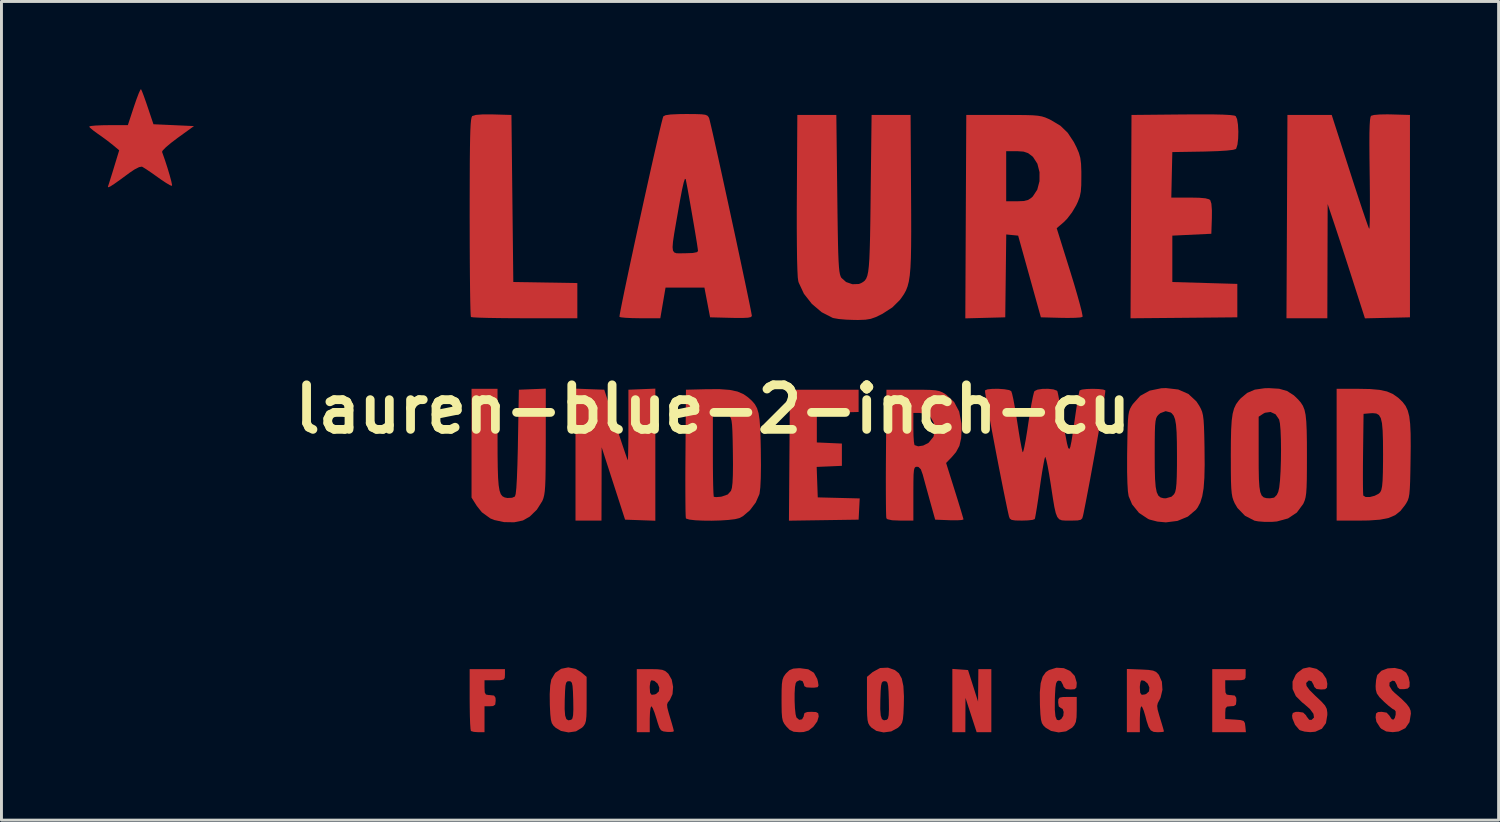
<source format=kicad_pcb>
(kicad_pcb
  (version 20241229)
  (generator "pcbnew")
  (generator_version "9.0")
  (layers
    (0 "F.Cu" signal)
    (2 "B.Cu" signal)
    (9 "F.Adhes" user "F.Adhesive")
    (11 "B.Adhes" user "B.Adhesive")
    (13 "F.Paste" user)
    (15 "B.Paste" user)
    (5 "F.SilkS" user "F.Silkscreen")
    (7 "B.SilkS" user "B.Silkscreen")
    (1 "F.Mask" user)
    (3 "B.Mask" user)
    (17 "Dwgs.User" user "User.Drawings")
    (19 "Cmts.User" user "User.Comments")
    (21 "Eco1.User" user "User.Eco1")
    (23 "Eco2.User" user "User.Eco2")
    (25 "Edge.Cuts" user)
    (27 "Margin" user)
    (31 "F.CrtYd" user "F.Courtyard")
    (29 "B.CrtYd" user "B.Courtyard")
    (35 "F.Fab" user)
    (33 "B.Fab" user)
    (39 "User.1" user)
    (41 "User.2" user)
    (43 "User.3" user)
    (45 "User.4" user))
  (footprint "lauren-blue-2-inch-cu"
    (layer "F.Cu")
    (at 21.334 10.947)
    (property "Reference" "lauren-blue-2-inch-cu" (at 0 0 0) (layer "F.SilkS") (effects (font (size 1.524 1.524) (thickness 0.3))))
    (attr through_hole)
    (fp_poly (pts (xy 8.46 8.902) (xy 8.728 8.922) (xy 8.899 9.461) (xy 9.071 10.001) (xy 9.076 9.446) (xy 9.081 8.89) (xy 9.525 8.89) (xy 9.525 11.049) (xy 9.023 11.049) (xy 8.832 10.462) (xy 8.641 9.874) (xy 8.636 11.049) (xy 8.191 11.049) (xy 8.191 8.883)) (stroke (width 0) (type solid)) (fill yes) (layer "F.Cu"))
    (fp_poly (pts (xy 4.985 0.095) (xy 4.27 0.113) (xy 3.556 0.131) (xy 3.556 1.137) (xy 3.985 1.156) (xy 4.413 1.175) (xy 4.413 1.937) (xy 3.982 1.956) (xy 3.551 1.974) (xy 3.569 2.495) (xy 3.588 3.016) (xy 4.305 3.034) (xy 5.023 3.052) (xy 5.004 3.415) (xy 4.985 3.778) (xy 2.602 3.813) (xy 2.635 -0.667) (xy 4.985 -0.667)) (stroke (width 0) (type solid)) (fill yes) (layer "F.Cu"))
    (fp_poly (pts (xy -1.968 3.815) (xy -3.003 3.778) (xy -3.804 1.302) (xy -3.81 3.81) (xy -4.699 3.81) (xy -4.699 -0.704) (xy -4.207 -0.685) (xy -3.715 -0.667) (xy -3.323 0.529) (xy -3.202 0.896) (xy -3.094 1.22) (xy -3.006 1.481) (xy -2.943 1.662) (xy -2.912 1.744) (xy -2.91 1.746) (xy -2.904 1.693) (xy -2.898 1.531) (xy -2.894 1.281) (xy -2.89 0.96) (xy -2.889 0.588) (xy -2.889 0.55) (xy -2.889 -0.667) (xy -1.968 -0.704)) (stroke (width 0) (type solid)) (fill yes) (layer "F.Cu"))
    (fp_poly (pts (xy -7.112 9.081) (xy -7.118 9.189) (xy -7.156 9.246) (xy -7.259 9.268) (xy -7.456 9.271) (xy -7.461 9.271) (xy -7.811 9.271) (xy -7.811 9.525) (xy -7.803 9.688) (xy -7.762 9.76) (xy -7.661 9.779) (xy -7.62 9.779) (xy -7.485 9.795) (xy -7.435 9.869) (xy -7.429 9.97) (xy -7.445 10.104) (xy -7.519 10.154) (xy -7.62 10.16) (xy -7.811 10.16) (xy -7.811 11.049) (xy -8.022 11.049) (xy -8.179 11.037) (xy -8.273 11.009) (xy -8.276 11.007) (xy -8.29 10.932) (xy -8.303 10.752) (xy -8.312 10.49) (xy -8.317 10.168) (xy -8.319 9.927) (xy -8.319 8.89) (xy -7.112 8.89)) (stroke (width 0) (type solid)) (fill yes) (layer "F.Cu"))
    (fp_poly (pts (xy 18.224 9.081) (xy 18.219 9.189) (xy 18.18 9.246) (xy 18.078 9.268) (xy 17.881 9.271) (xy 17.875 9.271) (xy 17.526 9.271) (xy 17.526 9.525) (xy 17.534 9.688) (xy 17.574 9.76) (xy 17.676 9.779) (xy 17.716 9.779) (xy 17.851 9.795) (xy 17.901 9.869) (xy 17.907 9.97) (xy 17.891 10.104) (xy 17.817 10.154) (xy 17.716 10.16) (xy 17.588 10.173) (xy 17.536 10.237) (xy 17.526 10.379) (xy 17.526 10.598) (xy 17.859 10.617) (xy 18.054 10.633) (xy 18.155 10.664) (xy 18.198 10.734) (xy 18.213 10.843) (xy 18.233 11.049) (xy 17.081 11.049) (xy 17.081 8.89) (xy 18.224 8.89)) (stroke (width 0) (type solid)) (fill yes) (layer "F.Cu"))
    (fp_poly (pts (xy -7.527 -10.083) (xy -7.515 -10.083) (xy -6.89 -10.065) (xy -6.826 -4.35) (xy -4.636 -4.315) (xy -4.636 -3.111) (xy -6.435 -3.111) (xy -6.9 -3.113) (xy -7.324 -3.117) (xy -7.69 -3.123) (xy -7.981 -3.131) (xy -8.181 -3.141) (xy -8.272 -3.152) (xy -8.276 -3.154) (xy -8.284 -3.224) (xy -8.292 -3.409) (xy -8.299 -3.697) (xy -8.305 -4.076) (xy -8.31 -4.536) (xy -8.314 -5.063) (xy -8.317 -5.646) (xy -8.318 -6.273) (xy -8.319 -6.575) (xy -8.318 -7.334) (xy -8.316 -7.976) (xy -8.314 -8.51) (xy -8.309 -8.945) (xy -8.303 -9.291) (xy -8.295 -9.558) (xy -8.284 -9.755) (xy -8.271 -9.891) (xy -8.255 -9.977) (xy -8.236 -10.021) (xy -8.23 -10.028) (xy -8.111 -10.066) (xy -7.874 -10.084)) (stroke (width 0) (type solid)) (fill yes) (layer "F.Cu"))
    (fp_poly (pts (xy 17.1 -10.084) (xy 17.449 -10.076) (xy 17.692 -10.063) (xy 17.836 -10.044) (xy 17.883 -10.026) (xy 17.931 -9.923) (xy 17.961 -9.734) (xy 17.974 -9.499) (xy 17.968 -9.259) (xy 17.944 -9.052) (xy 17.903 -8.919) (xy 17.887 -8.899) (xy 17.79 -8.871) (xy 17.58 -8.847) (xy 17.272 -8.828) (xy 16.88 -8.815) (xy 16.759 -8.812) (xy 15.716 -8.795) (xy 15.698 -8.017) (xy 15.681 -7.239) (xy 16.31 -7.239) (xy 16.633 -7.233) (xy 16.848 -7.214) (xy 16.973 -7.18) (xy 17.013 -7.15) (xy 17.052 -7.03) (xy 17.07 -6.801) (xy 17.068 -6.531) (xy 17.05 -6.001) (xy 15.716 -5.937) (xy 15.716 -4.35) (xy 17.939 -4.286) (xy 17.939 -3.143) (xy 16.113 -3.126) (xy 14.286 -3.11) (xy 14.303 -6.587) (xy 14.319 -10.065) (xy 16.058 -10.082) (xy 16.639 -10.085)) (stroke (width 0) (type solid)) (fill yes) (layer "F.Cu"))
    (fp_poly (pts (xy 23.219 -10.083) (xy 23.844 -10.065) (xy 23.844 -3.143) (xy 22.304 -3.108) (xy 21.911 -4.332) (xy 21.771 -4.767) (xy 21.625 -5.219) (xy 21.484 -5.652) (xy 21.359 -6.03) (xy 21.274 -6.287) (xy 21.029 -7.017) (xy 21.018 -3.111) (xy 19.62 -3.111) (xy 19.637 -6.588) (xy 19.653 -10.065) (xy 21.168 -10.065) (xy 21.788 -8.137) (xy 21.94 -7.666) (xy 22.082 -7.234) (xy 22.207 -6.855) (xy 22.312 -6.546) (xy 22.391 -6.32) (xy 22.439 -6.192) (xy 22.451 -6.169) (xy 22.461 -6.219) (xy 22.468 -6.382) (xy 22.472 -6.641) (xy 22.474 -6.982) (xy 22.473 -7.39) (xy 22.469 -7.851) (xy 22.466 -8.05) (xy 22.459 -8.631) (xy 22.456 -9.095) (xy 22.458 -9.453) (xy 22.466 -9.717) (xy 22.478 -9.895) (xy 22.496 -9.999) (xy 22.516 -10.037) (xy 22.612 -10.064) (xy 22.807 -10.081) (xy 23.072 -10.086)) (stroke (width 0) (type solid)) (fill yes) (layer "F.Cu"))
    (fp_poly (pts (xy -5.716 1.093) (xy -5.718 1.626) (xy -5.721 2.048) (xy -5.726 2.375) (xy -5.736 2.622) (xy -5.75 2.806) (xy -5.77 2.941) (xy -5.796 3.044) (xy -5.83 3.131) (xy -5.835 3.143) (xy -6.02 3.436) (xy -6.263 3.673) (xy -6.497 3.806) (xy -6.798 3.868) (xy -7.144 3.862) (xy -7.476 3.791) (xy -7.612 3.736) (xy -7.903 3.524) (xy -8.073 3.311) (xy -8.255 3.023) (xy -8.255 -0.699) (xy -7.366 -0.699) (xy -7.365 1) (xy -7.364 1.558) (xy -7.358 2.002) (xy -7.347 2.345) (xy -7.327 2.601) (xy -7.297 2.783) (xy -7.255 2.905) (xy -7.197 2.978) (xy -7.122 3.018) (xy -7.028 3.037) (xy -7.023 3.037) (xy -6.867 3.029) (xy -6.771 2.986) (xy -6.745 2.899) (xy -6.722 2.691) (xy -6.703 2.361) (xy -6.686 1.907) (xy -6.671 1.328) (xy -6.668 1.124) (xy -6.636 -0.667) (xy -5.715 -0.704)) (stroke (width 0) (type solid)) (fill yes) (layer "F.Cu"))
    (fp_poly (pts (xy 6.224 8.922) (xy 6.364 9.034) (xy 6.461 9.212) (xy 6.517 9.471) (xy 6.536 9.827) (xy 6.531 10.122) (xy 6.519 10.41) (xy 6.501 10.601) (xy 6.47 10.725) (xy 6.419 10.81) (xy 6.34 10.888) (xy 6.331 10.896) (xy 6.102 11.021) (xy 5.841 11.056) (xy 5.591 11.003) (xy 5.426 10.893) (xy 5.361 10.821) (xy 5.317 10.743) (xy 5.291 10.634) (xy 5.277 10.468) (xy 5.272 10.261) (xy 5.725 10.261) (xy 5.742 10.478) (xy 5.783 10.6) (xy 5.853 10.642) (xy 5.95 10.623) (xy 5.99 10.578) (xy 6.014 10.467) (xy 6.023 10.271) (xy 6.019 9.97) (xy 6.019 9.946) (xy 6.009 9.655) (xy 5.995 9.467) (xy 5.972 9.361) (xy 5.935 9.314) (xy 5.879 9.303) (xy 5.874 9.303) (xy 5.815 9.312) (xy 5.777 9.357) (xy 5.753 9.458) (xy 5.739 9.641) (xy 5.729 9.926) (xy 5.728 9.933) (xy 5.725 10.261) (xy 5.272 10.261) (xy 5.271 10.22) (xy 5.271 9.946) (xy 5.271 9.155) (xy 5.466 8.991) (xy 5.716 8.853) (xy 5.989 8.84)) (stroke (width 0) (type solid)) (fill yes) (layer "F.Cu"))
    (fp_poly (pts (xy -4.694 8.881) (xy -4.513 8.991) (xy -4.318 9.155) (xy -4.318 9.946) (xy -4.319 10.278) (xy -4.326 10.507) (xy -4.342 10.66) (xy -4.372 10.761) (xy -4.42 10.835) (xy -4.474 10.893) (xy -4.682 11.019) (xy -4.937 11.056) (xy -5.195 11.005) (xy -5.376 10.898) (xy -5.456 10.821) (xy -5.509 10.738) (xy -5.541 10.619) (xy -5.561 10.435) (xy -5.57 10.261) (xy -5.07 10.261) (xy -5.053 10.478) (xy -5.012 10.6) (xy -4.942 10.642) (xy -4.845 10.623) (xy -4.805 10.578) (xy -4.781 10.467) (xy -4.772 10.271) (xy -4.776 9.97) (xy -4.776 9.946) (xy -4.786 9.655) (xy -4.8 9.467) (xy -4.823 9.361) (xy -4.86 9.314) (xy -4.916 9.303) (xy -4.921 9.303) (xy -4.98 9.312) (xy -5.018 9.357) (xy -5.042 9.458) (xy -5.056 9.641) (xy -5.066 9.926) (xy -5.067 9.933) (xy -5.07 10.261) (xy -5.57 10.261) (xy -5.575 10.158) (xy -5.577 10.111) (xy -5.581 9.745) (xy -5.564 9.447) (xy -5.527 9.246) (xy -5.526 9.245) (xy -5.394 9.02) (xy -5.19 8.88) (xy -4.946 8.831)) (stroke (width 0) (type solid)) (fill yes) (layer "F.Cu"))
    (fp_poly (pts (xy 14.646 8.903) (xy 14.898 8.917) (xy 15.058 8.941) (xy 15.159 8.986) (xy 15.236 9.063) (xy 15.258 9.091) (xy 15.359 9.322) (xy 15.378 9.598) (xy 15.314 9.868) (xy 15.274 9.949) (xy 15.219 10.053) (xy 15.198 10.149) (xy 15.213 10.273) (xy 15.266 10.465) (xy 15.297 10.567) (xy 15.363 10.783) (xy 15.41 10.945) (xy 15.43 11.022) (xy 15.431 11.024) (xy 15.375 11.041) (xy 15.237 11.049) (xy 15.21 11.049) (xy 15.074 11.037) (xy 14.978 10.985) (xy 14.905 10.869) (xy 14.837 10.667) (xy 14.792 10.493) (xy 14.737 10.309) (xy 14.684 10.188) (xy 14.656 10.16) (xy 14.631 10.218) (xy 14.613 10.371) (xy 14.605 10.587) (xy 14.605 10.604) (xy 14.605 11.049) (xy 14.161 11.049) (xy 14.161 9.525) (xy 14.605 9.525) (xy 14.617 9.7) (xy 14.669 9.77) (xy 14.779 9.756) (xy 14.822 9.74) (xy 14.918 9.651) (xy 14.931 9.52) (xy 14.874 9.387) (xy 14.763 9.293) (xy 14.663 9.271) (xy 14.627 9.327) (xy 14.606 9.468) (xy 14.605 9.525) (xy 14.161 9.525) (xy 14.161 8.885)) (stroke (width 0) (type solid)) (fill yes) (layer "F.Cu"))
    (fp_poly (pts (xy -1.89 8.895) (xy -1.73 8.915) (xy -1.622 8.961) (xy -1.529 9.043) (xy -1.519 9.054) (xy -1.407 9.25) (xy -1.36 9.497) (xy -1.38 9.745) (xy -1.47 9.944) (xy -1.483 9.96) (xy -1.543 10.033) (xy -1.567 10.107) (xy -1.556 10.216) (xy -1.509 10.394) (xy -1.468 10.532) (xy -1.402 10.753) (xy -1.354 10.925) (xy -1.334 11.012) (xy -1.333 11.015) (xy -1.389 11.037) (xy -1.527 11.04) (xy -1.57 11.037) (xy -1.694 11.021) (xy -1.775 10.982) (xy -1.832 10.891) (xy -1.89 10.72) (xy -1.928 10.589) (xy -1.996 10.377) (xy -2.058 10.224) (xy -2.103 10.16) (xy -2.105 10.16) (xy -2.131 10.218) (xy -2.151 10.371) (xy -2.159 10.587) (xy -2.159 10.604) (xy -2.159 11.049) (xy -2.603 11.049) (xy -2.603 9.525) (xy -2.159 9.525) (xy -2.147 9.7) (xy -2.095 9.77) (xy -1.985 9.756) (xy -1.942 9.74) (xy -1.846 9.651) (xy -1.833 9.52) (xy -1.89 9.387) (xy -2.001 9.293) (xy -2.101 9.271) (xy -2.137 9.327) (xy -2.158 9.468) (xy -2.159 9.525) (xy -2.603 9.525) (xy -2.603 8.89) (xy -2.138 8.89)) (stroke (width 0) (type solid)) (fill yes) (layer "F.Cu"))
    (fp_poly (pts (xy 20.65 8.881) (xy 20.851 9.023) (xy 20.984 9.222) (xy 21.018 9.393) (xy 21.006 9.526) (xy 20.942 9.579) (xy 20.803 9.588) (xy 20.647 9.57) (xy 20.571 9.498) (xy 20.548 9.43) (xy 20.479 9.304) (xy 20.385 9.277) (xy 20.302 9.355) (xy 20.294 9.375) (xy 20.308 9.467) (xy 20.41 9.606) (xy 20.608 9.804) (xy 20.636 9.83) (xy 20.827 10.01) (xy 20.941 10.139) (xy 20.998 10.25) (xy 21.017 10.375) (xy 21.018 10.459) (xy 20.971 10.738) (xy 20.832 10.93) (xy 20.606 11.032) (xy 20.434 11.047) (xy 20.24 11.028) (xy 20.089 10.984) (xy 20.06 10.968) (xy 19.913 10.795) (xy 19.823 10.578) (xy 19.812 10.482) (xy 19.837 10.39) (xy 19.934 10.354) (xy 20.024 10.351) (xy 20.192 10.376) (xy 20.29 10.472) (xy 20.308 10.508) (xy 20.397 10.623) (xy 20.477 10.628) (xy 20.562 10.547) (xy 20.542 10.418) (xy 20.421 10.254) (xy 20.207 10.067) (xy 20.158 10.031) (xy 19.941 9.815) (xy 19.829 9.57) (xy 19.827 9.317) (xy 19.937 9.081) (xy 19.998 9.012) (xy 20.184 8.872) (xy 20.39 8.827) (xy 20.415 8.826)) (stroke (width 0) (type solid)) (fill yes) (layer "F.Cu"))
    (fp_poly (pts (xy 12.006 8.858) (xy 12.224 8.957) (xy 12.379 9.124) (xy 12.445 9.347) (xy 12.446 9.372) (xy 12.435 9.518) (xy 12.377 9.577) (xy 12.232 9.588) (xy 12.231 9.588) (xy 12.075 9.571) (xy 11.999 9.498) (xy 11.974 9.426) (xy 11.906 9.3) (xy 11.825 9.283) (xy 11.773 9.31) (xy 11.739 9.383) (xy 11.717 9.525) (xy 11.703 9.759) (xy 11.697 9.933) (xy 11.696 10.277) (xy 11.718 10.504) (xy 11.765 10.623) (xy 11.841 10.641) (xy 11.92 10.593) (xy 11.986 10.487) (xy 11.999 10.356) (xy 11.963 10.252) (xy 11.906 10.223) (xy 11.831 10.167) (xy 11.811 10.033) (xy 11.818 9.92) (xy 11.861 9.864) (xy 11.972 9.845) (xy 12.129 9.842) (xy 12.446 9.842) (xy 12.446 10.29) (xy 12.44 10.537) (xy 12.416 10.697) (xy 12.364 10.808) (xy 12.29 10.893) (xy 12.082 11.019) (xy 11.827 11.056) (xy 11.569 11.005) (xy 11.388 10.898) (xy 11.308 10.821) (xy 11.255 10.738) (xy 11.223 10.619) (xy 11.203 10.435) (xy 11.189 10.158) (xy 11.187 10.111) (xy 11.183 9.689) (xy 11.212 9.373) (xy 11.279 9.148) (xy 11.388 8.995) (xy 11.496 8.921) (xy 11.754 8.842)) (stroke (width 0) (type solid)) (fill yes) (layer "F.Cu"))
    (fp_poly (pts (xy 23.552 8.903) (xy 23.715 9.014) (xy 23.796 9.164) (xy 23.834 9.346) (xy 23.829 9.492) (xy 23.768 9.555) (xy 23.64 9.576) (xy 23.493 9.574) (xy 23.421 9.511) (xy 23.394 9.43) (xy 23.327 9.304) (xy 23.25 9.284) (xy 23.146 9.348) (xy 23.141 9.465) (xy 23.231 9.613) (xy 23.314 9.696) (xy 23.563 9.914) (xy 23.726 10.076) (xy 23.822 10.203) (xy 23.867 10.314) (xy 23.876 10.413) (xy 23.828 10.704) (xy 23.688 10.909) (xy 23.46 11.023) (xy 23.254 11.047) (xy 23.031 11.023) (xy 22.868 10.933) (xy 22.825 10.893) (xy 22.697 10.692) (xy 22.669 10.544) (xy 22.683 10.411) (xy 22.75 10.359) (xy 22.877 10.351) (xy 23.046 10.379) (xy 23.141 10.48) (xy 23.147 10.493) (xy 23.217 10.597) (xy 23.273 10.622) (xy 23.325 10.563) (xy 23.355 10.448) (xy 23.355 10.337) (xy 23.318 10.287) (xy 23.318 10.287) (xy 23.244 10.247) (xy 23.109 10.142) (xy 22.964 10.013) (xy 22.799 9.849) (xy 22.71 9.721) (xy 22.675 9.589) (xy 22.669 9.469) (xy 22.684 9.271) (xy 22.718 9.113) (xy 22.731 9.085) (xy 22.871 8.944) (xy 23.083 8.865) (xy 23.324 8.85)) (stroke (width 0) (type solid)) (fill yes) (layer "F.Cu"))
    (fp_poly (pts (xy -19.527 -10.876) (xy -19.464 -10.712) (xy -19.383 -10.483) (xy -19.331 -10.33) (xy -19.135 -9.747) (xy -18.442 -9.716) (xy -17.748 -9.684) (xy -18.308 -9.28) (xy -18.532 -9.11) (xy -18.709 -8.961) (xy -18.817 -8.851) (xy -18.841 -8.803) (xy -18.746 -8.533) (xy -18.656 -8.257) (xy -18.58 -8.003) (xy -18.525 -7.798) (xy -18.499 -7.669) (xy -18.501 -7.64) (xy -18.564 -7.659) (xy -18.703 -7.74) (xy -18.894 -7.867) (xy -18.987 -7.934) (xy -19.202 -8.086) (xy -19.385 -8.21) (xy -19.507 -8.285) (xy -19.531 -8.297) (xy -19.627 -8.28) (xy -19.785 -8.199) (xy -19.956 -8.084) (xy -20.258 -7.861) (xy -20.472 -7.709) (xy -20.608 -7.621) (xy -20.678 -7.59) (xy -20.694 -7.609) (xy -20.689 -7.623) (xy -20.656 -7.722) (xy -20.597 -7.91) (xy -20.521 -8.154) (xy -20.481 -8.286) (xy -20.307 -8.856) (xy -20.52 -9.034) (xy -20.701 -9.177) (xy -20.922 -9.339) (xy -21.033 -9.416) (xy -21.196 -9.535) (xy -21.306 -9.629) (xy -21.334 -9.668) (xy -21.276 -9.687) (xy -21.117 -9.703) (xy -20.883 -9.713) (xy -20.673 -9.716) (xy -20.011 -9.716) (xy -19.803 -10.348) (xy -19.715 -10.604) (xy -19.639 -10.804) (xy -19.584 -10.924) (xy -19.561 -10.947)) (stroke (width 0) (type solid)) (fill yes) (layer "F.Cu"))
    (fp_poly (pts (xy 3.262 8.896) (xy 3.456 9.015) (xy 3.571 9.226) (xy 3.594 9.319) (xy 3.614 9.449) (xy 3.584 9.508) (xy 3.472 9.524) (xy 3.373 9.525) (xy 3.204 9.515) (xy 3.128 9.474) (xy 3.111 9.398) (xy 3.066 9.299) (xy 2.966 9.271) (xy 2.866 9.318) (xy 2.833 9.371) (xy 2.808 9.508) (xy 2.796 9.724) (xy 2.796 9.977) (xy 2.807 10.226) (xy 2.829 10.43) (xy 2.858 10.543) (xy 2.952 10.625) (xy 3.051 10.607) (xy 3.109 10.503) (xy 3.111 10.471) (xy 3.135 10.392) (xy 3.229 10.357) (xy 3.365 10.351) (xy 3.529 10.359) (xy 3.602 10.4) (xy 3.619 10.496) (xy 3.619 10.514) (xy 3.571 10.678) (xy 3.444 10.853) (xy 3.434 10.863) (xy 3.277 10.99) (xy 3.105 11.042) (xy 2.963 11.049) (xy 2.763 11.033) (xy 2.626 10.968) (xy 2.514 10.854) (xy 2.442 10.761) (xy 2.395 10.668) (xy 2.368 10.546) (xy 2.354 10.367) (xy 2.35 10.102) (xy 2.349 9.936) (xy 2.351 9.62) (xy 2.36 9.402) (xy 2.381 9.256) (xy 2.418 9.155) (xy 2.476 9.069) (xy 2.503 9.036) (xy 2.619 8.926) (xy 2.751 8.873) (xy 2.95 8.858) (xy 2.977 8.858)) (stroke (width 0) (type solid)) (fill yes) (layer "F.Cu"))
    (fp_poly (pts (xy 22.05 -0.698) (xy 22.479 -0.69) (xy 22.806 -0.661) (xy 23.058 -0.607) (xy 23.259 -0.52) (xy 23.435 -0.397) (xy 23.461 -0.375) (xy 23.592 -0.248) (xy 23.694 -0.114) (xy 23.768 0.043) (xy 23.82 0.243) (xy 23.851 0.502) (xy 23.867 0.838) (xy 23.87 1.27) (xy 23.865 1.693) (xy 23.858 2.137) (xy 23.85 2.473) (xy 23.839 2.72) (xy 23.824 2.898) (xy 23.801 3.025) (xy 23.769 3.121) (xy 23.724 3.205) (xy 23.674 3.283) (xy 23.518 3.481) (xy 23.339 3.624) (xy 23.112 3.721) (xy 22.818 3.779) (xy 22.433 3.806) (xy 22.141 3.81) (xy 21.336 3.81) (xy 21.336 2.293) (xy 22.235 2.293) (xy 22.236 2.596) (xy 22.24 2.818) (xy 22.246 2.94) (xy 22.249 2.955) (xy 22.327 3.004) (xy 22.472 3.003) (xy 22.637 2.961) (xy 22.779 2.887) (xy 22.83 2.836) (xy 22.865 2.76) (xy 22.891 2.635) (xy 22.908 2.444) (xy 22.918 2.169) (xy 22.923 1.794) (xy 22.924 1.556) (xy 22.921 1.089) (xy 22.91 0.735) (xy 22.887 0.479) (xy 22.846 0.305) (xy 22.783 0.2) (xy 22.695 0.148) (xy 22.575 0.135) (xy 22.489 0.139) (xy 22.257 0.159) (xy 22.24 1.522) (xy 22.236 1.928) (xy 22.235 2.293) (xy 21.336 2.293) (xy 21.336 -0.699)) (stroke (width 0) (type solid)) (fill yes) (layer "F.Cu"))
    (fp_poly (pts (xy 10.37 -10.064) (xy 10.697 -10.061) (xy 10.938 -10.054) (xy 11.116 -10.039) (xy 11.252 -10.015) (xy 11.366 -9.98) (xy 11.48 -9.931) (xy 11.57 -9.887) (xy 11.888 -9.696) (xy 12.137 -9.456) (xy 12.348 -9.137) (xy 12.44 -8.954) (xy 12.519 -8.769) (xy 12.568 -8.596) (xy 12.594 -8.394) (xy 12.604 -8.124) (xy 12.604 -7.969) (xy 12.601 -7.662) (xy 12.585 -7.441) (xy 12.549 -7.267) (xy 12.487 -7.1) (xy 12.426 -6.971) (xy 12.286 -6.734) (xy 12.116 -6.512) (xy 12.004 -6.399) (xy 11.761 -6.191) (xy 12.228 -4.699) (xy 12.355 -4.285) (xy 12.464 -3.912) (xy 12.552 -3.595) (xy 12.614 -3.353) (xy 12.644 -3.201) (xy 12.644 -3.157) (xy 12.564 -3.138) (xy 12.385 -3.126) (xy 12.135 -3.122) (xy 11.907 -3.125) (xy 11.22 -3.143) (xy 10.442 -5.937) (xy 10.035 -5.977) (xy 10.001 -3.143) (xy 9.318 -3.125) (xy 8.635 -3.107) (xy 8.651 -6.586) (xy 8.662 -8.826) (xy 10.033 -8.826) (xy 10.033 -7.112) (xy 10.405 -7.112) (xy 10.634 -7.121) (xy 10.783 -7.158) (xy 10.901 -7.237) (xy 10.944 -7.278) (xy 11.096 -7.51) (xy 11.172 -7.8) (xy 11.173 -8.109) (xy 11.1 -8.397) (xy 10.952 -8.626) (xy 10.927 -8.65) (xy 10.782 -8.759) (xy 10.628 -8.811) (xy 10.41 -8.826) (xy 10.381 -8.826) (xy 10.033 -8.826) (xy 8.662 -8.826) (xy 8.668 -10.065) (xy 9.938 -10.065)) (stroke (width 0) (type solid)) (fill yes) (layer "F.Cu"))
    (fp_poly (pts (xy 4.255 -7.363) (xy 4.263 -6.7) (xy 4.271 -6.152) (xy 4.279 -5.707) (xy 4.288 -5.354) (xy 4.299 -5.08) (xy 4.312 -4.875) (xy 4.327 -4.725) (xy 4.346 -4.62) (xy 4.368 -4.547) (xy 4.395 -4.495) (xy 4.397 -4.493) (xy 4.557 -4.35) (xy 4.774 -4.275) (xy 4.994 -4.283) (xy 5.072 -4.314) (xy 5.141 -4.354) (xy 5.198 -4.401) (xy 5.244 -4.467) (xy 5.282 -4.563) (xy 5.312 -4.702) (xy 5.335 -4.893) (xy 5.353 -5.149) (xy 5.366 -5.481) (xy 5.377 -5.901) (xy 5.386 -6.419) (xy 5.394 -7.049) (xy 5.397 -7.366) (xy 5.429 -10.065) (xy 6.763 -10.065) (xy 6.779 -7.369) (xy 6.783 -6.658) (xy 6.784 -6.063) (xy 6.781 -5.569) (xy 6.773 -5.165) (xy 6.758 -4.839) (xy 6.735 -4.578) (xy 6.703 -4.37) (xy 6.66 -4.202) (xy 6.606 -4.062) (xy 6.538 -3.938) (xy 6.456 -3.817) (xy 6.394 -3.735) (xy 6.142 -3.484) (xy 5.801 -3.263) (xy 5.786 -3.255) (xy 5.575 -3.152) (xy 5.401 -3.091) (xy 5.218 -3.061) (xy 4.976 -3.052) (xy 4.836 -3.053) (xy 4.559 -3.063) (xy 4.308 -3.085) (xy 4.128 -3.116) (xy 4.096 -3.125) (xy 3.722 -3.317) (xy 3.386 -3.602) (xy 3.114 -3.949) (xy 2.937 -4.328) (xy 2.921 -4.381) (xy 2.904 -4.511) (xy 2.891 -4.762) (xy 2.88 -5.127) (xy 2.874 -5.598) (xy 2.87 -6.169) (xy 2.87 -6.834) (xy 2.873 -7.344) (xy 2.889 -10.065) (xy 4.223 -10.065)) (stroke (width 0) (type solid)) (fill yes) (layer "F.Cu"))
    (fp_poly (pts (xy 0.579 -0.66) (xy 0.843 -0.604) (xy 1.053 -0.512) (xy 1.206 -0.404) (xy 1.338 -0.285) (xy 1.438 -0.168) (xy 1.512 -0.033) (xy 1.564 0.14) (xy 1.598 0.369) (xy 1.62 0.674) (xy 1.633 1.074) (xy 1.64 1.401) (xy 1.645 1.924) (xy 1.639 2.352) (xy 1.623 2.674) (xy 1.597 2.883) (xy 1.59 2.91) (xy 1.467 3.191) (xy 1.268 3.455) (xy 1.031 3.658) (xy 0.908 3.724) (xy 0.759 3.761) (xy 0.532 3.788) (xy 0.255 3.806) (xy -0.045 3.814) (xy -0.34 3.811) (xy -0.601 3.799) (xy -0.801 3.776) (xy -0.911 3.743) (xy -0.924 3.73) (xy -0.93 3.65) (xy -0.936 3.458) (xy -0.939 3.169) (xy -0.941 2.799) (xy -0.942 2.364) (xy -0.94 1.878) (xy -0.937 1.492) (xy -0.927 0.127) (xy 0 0.127) (xy 0 1.545) (xy 0.001 1.957) (xy 0.005 2.324) (xy 0.011 2.629) (xy 0.019 2.853) (xy 0.028 2.977) (xy 0.032 2.996) (xy 0.11 3.007) (xy 0.261 2.995) (xy 0.301 2.989) (xy 0.509 2.916) (xy 0.619 2.793) (xy 0.651 2.69) (xy 0.672 2.515) (xy 0.684 2.252) (xy 0.688 1.89) (xy 0.684 1.471) (xy 0.677 1.057) (xy 0.668 0.751) (xy 0.656 0.536) (xy 0.638 0.392) (xy 0.613 0.302) (xy 0.578 0.247) (xy 0.543 0.217) (xy 0.393 0.153) (xy 0.21 0.127) (xy 0 0.127) (xy -0.927 0.127) (xy -0.921 -0.667) (xy -0.205 -0.685) (xy 0.237 -0.686)) (stroke (width 0) (type solid)) (fill yes) (layer "F.Cu"))
    (fp_poly (pts (xy 7.187 -0.666) (xy 7.441 -0.66) (xy 7.62 -0.646) (xy 7.748 -0.619) (xy 7.851 -0.577) (xy 7.954 -0.515) (xy 7.982 -0.496) (xy 8.251 -0.248) (xy 8.424 0.078) (xy 8.503 0.486) (xy 8.509 0.651) (xy 8.492 0.994) (xy 8.433 1.253) (xy 8.317 1.468) (xy 8.176 1.634) (xy 7.978 1.839) (xy 8.275 2.784) (xy 8.377 3.111) (xy 8.464 3.395) (xy 8.529 3.613) (xy 8.567 3.744) (xy 8.572 3.772) (xy 8.514 3.79) (xy 8.36 3.8) (xy 8.14 3.799) (xy 8.088 3.797) (xy 7.604 3.778) (xy 7.427 3.143) (xy 7.344 2.842) (xy 7.265 2.556) (xy 7.203 2.327) (xy 7.179 2.238) (xy 7.114 2.057) (xy 7.034 1.977) (xy 6.983 1.968) (xy 6.934 1.975) (xy 6.9 2.009) (xy 6.878 2.088) (xy 6.865 2.232) (xy 6.86 2.461) (xy 6.858 2.792) (xy 6.858 2.889) (xy 6.858 3.81) (xy 6.412 3.81) (xy 6.131 3.799) (xy 5.972 3.764) (xy 5.934 3.73) (xy 5.928 3.65) (xy 5.922 3.458) (xy 5.919 3.169) (xy 5.917 2.799) (xy 5.916 2.364) (xy 5.918 1.878) (xy 5.921 1.492) (xy 5.931 0.127) (xy 6.858 0.127) (xy 6.858 0.656) (xy 6.863 0.904) (xy 6.875 1.101) (xy 6.894 1.214) (xy 6.9 1.228) (xy 7.022 1.27) (xy 7.195 1.243) (xy 7.369 1.154) (xy 7.382 1.144) (xy 7.546 0.942) (xy 7.595 0.69) (xy 7.554 0.469) (xy 7.442 0.262) (xy 7.265 0.153) (xy 7.053 0.127) (xy 6.858 0.127) (xy 5.931 0.127) (xy 5.937 -0.667) (xy 6.831 -0.667)) (stroke (width 0) (type solid)) (fill yes) (layer "F.Cu"))
    (fp_poly (pts (xy 19.37 -0.7) (xy 19.642 -0.622) (xy 19.874 -0.473) (xy 20.014 -0.339) (xy 20.109 -0.23) (xy 20.182 -0.117) (xy 20.236 0.017) (xy 20.274 0.192) (xy 20.298 0.424) (xy 20.312 0.73) (xy 20.319 1.13) (xy 20.32 1.594) (xy 20.319 2.057) (xy 20.316 2.411) (xy 20.308 2.675) (xy 20.295 2.869) (xy 20.274 3.011) (xy 20.245 3.119) (xy 20.206 3.212) (xy 20.192 3.241) (xy 19.975 3.535) (xy 19.674 3.736) (xy 19.293 3.84) (xy 19.121 3.854) (xy 18.874 3.854) (xy 18.654 3.837) (xy 18.529 3.814) (xy 18.201 3.645) (xy 17.943 3.378) (xy 17.849 3.218) (xy 17.805 3.117) (xy 17.771 3.01) (xy 17.748 2.878) (xy 17.732 2.701) (xy 17.722 2.459) (xy 17.718 2.134) (xy 17.717 1.705) (xy 17.716 1.597) (xy 17.719 1.092) (xy 17.728 0.696) (xy 17.747 0.39) (xy 17.765 0.257) (xy 18.669 0.257) (xy 18.669 1.553) (xy 18.67 2.026) (xy 18.677 2.387) (xy 18.694 2.652) (xy 18.724 2.834) (xy 18.771 2.95) (xy 18.839 3.015) (xy 18.932 3.042) (xy 19.054 3.048) (xy 19.058 3.048) (xy 19.197 3.025) (xy 19.288 2.934) (xy 19.339 2.828) (xy 19.372 2.682) (xy 19.399 2.437) (xy 19.418 2.123) (xy 19.43 1.766) (xy 19.434 1.396) (xy 19.43 1.041) (xy 19.418 0.729) (xy 19.397 0.488) (xy 19.369 0.353) (xy 19.247 0.174) (xy 19.075 0.094) (xy 18.883 0.122) (xy 18.83 0.151) (xy 18.669 0.257) (xy 17.765 0.257) (xy 17.779 0.156) (xy 17.827 -0.023) (xy 17.894 -0.167) (xy 17.984 -0.292) (xy 18.053 -0.37) (xy 18.275 -0.557) (xy 18.536 -0.669) (xy 18.869 -0.717) (xy 19.018 -0.721)) (stroke (width 0) (type solid)) (fill yes) (layer "F.Cu"))
    (fp_poly (pts (xy 15.919 -0.674) (xy 16.265 -0.522) (xy 16.538 -0.268) (xy 16.638 -0.117) (xy 16.693 -0.014) (xy 16.735 0.088) (xy 16.764 0.21) (xy 16.785 0.373) (xy 16.799 0.598) (xy 16.809 0.906) (xy 16.817 1.319) (xy 16.817 1.343) (xy 16.822 1.901) (xy 16.812 2.349) (xy 16.786 2.703) (xy 16.739 2.979) (xy 16.672 3.194) (xy 16.581 3.364) (xy 16.524 3.439) (xy 16.246 3.674) (xy 15.891 3.821) (xy 15.494 3.871) (xy 15.205 3.844) (xy 14.938 3.775) (xy 14.888 3.754) (xy 14.576 3.547) (xy 14.34 3.256) (xy 14.221 2.974) (xy 14.196 2.805) (xy 14.179 2.523) (xy 14.169 2.14) (xy 14.169 1.669) (xy 14.17 1.527) (xy 15.113 1.527) (xy 15.113 1.542) (xy 15.115 2.019) (xy 15.125 2.384) (xy 15.146 2.652) (xy 15.182 2.837) (xy 15.237 2.955) (xy 15.314 3.019) (xy 15.417 3.045) (xy 15.494 3.048) (xy 15.689 2.992) (xy 15.776 2.907) (xy 15.813 2.833) (xy 15.839 2.719) (xy 15.857 2.547) (xy 15.868 2.299) (xy 15.874 1.956) (xy 15.875 1.601) (xy 15.872 1.14) (xy 15.862 0.789) (xy 15.842 0.531) (xy 15.81 0.349) (xy 15.764 0.225) (xy 15.7 0.144) (xy 15.659 0.112) (xy 15.488 0.067) (xy 15.306 0.135) (xy 15.24 0.191) (xy 15.196 0.243) (xy 15.163 0.31) (xy 15.141 0.412) (xy 15.126 0.565) (xy 15.118 0.79) (xy 15.114 1.105) (xy 15.113 1.527) (xy 14.17 1.527) (xy 14.172 1.4) (xy 14.179 0.96) (xy 14.187 0.627) (xy 14.197 0.383) (xy 14.213 0.208) (xy 14.236 0.082) (xy 14.269 -0.014) (xy 14.315 -0.098) (xy 14.367 -0.178) (xy 14.618 -0.457) (xy 14.94 -0.635) (xy 15.339 -0.717) (xy 15.498 -0.723)) (stroke (width 0) (type solid)) (fill yes) (layer "F.Cu"))
    (fp_poly (pts (xy -0.602 -10.095) (xy -0.391 -10.088) (xy -0.261 -10.072) (xy -0.187 -10.041) (xy -0.146 -9.992) (xy -0.128 -9.954) (xy -0.105 -9.868) (xy -0.059 -9.673) (xy 0.008 -9.383) (xy 0.091 -9.011) (xy 0.189 -8.572) (xy 0.297 -8.08) (xy 0.413 -7.549) (xy 0.534 -6.993) (xy 0.656 -6.427) (xy 0.778 -5.865) (xy 0.894 -5.32) (xy 1.003 -4.807) (xy 1.102 -4.34) (xy 1.187 -3.934) (xy 1.256 -3.601) (xy 1.304 -3.358) (xy 1.33 -3.217) (xy 1.334 -3.189) (xy 1.303 -3.152) (xy 1.201 -3.13) (xy 1.01 -3.121) (xy 0.713 -3.123) (xy 0.619 -3.125) (xy -0.095 -3.143) (xy -0.289 -4.159) (xy -1.619 -4.159) (xy -1.798 -3.111) (xy -2.483 -3.111) (xy -2.764 -3.116) (xy -2.994 -3.127) (xy -3.147 -3.143) (xy -3.195 -3.159) (xy -3.187 -3.229) (xy -3.154 -3.408) (xy -3.099 -3.684) (xy -3.026 -4.043) (xy -2.936 -4.47) (xy -2.834 -4.953) (xy -2.721 -5.476) (xy -2.707 -5.544) (xy -1.378 -5.544) (xy -1.365 -5.427) (xy -1.322 -5.363) (xy -1.248 -5.335) (xy -1.139 -5.331) (xy -0.994 -5.334) (xy -0.953 -5.334) (xy -0.689 -5.343) (xy -0.544 -5.372) (xy -0.508 -5.411) (xy -0.519 -5.499) (xy -0.547 -5.688) (xy -0.59 -5.953) (xy -0.643 -6.269) (xy -0.702 -6.612) (xy -0.762 -6.958) (xy -0.819 -7.282) (xy -0.869 -7.56) (xy -0.909 -7.766) (xy -0.931 -7.874) (xy -0.956 -7.878) (xy -0.997 -7.758) (xy -1.053 -7.514) (xy -1.123 -7.147) (xy -1.18 -6.826) (xy -1.263 -6.354) (xy -1.325 -5.993) (xy -1.364 -5.728) (xy -1.378 -5.544) (xy -2.707 -5.544) (xy -2.602 -6.027) (xy -2.479 -6.592) (xy -2.355 -7.157) (xy -2.233 -7.708) (xy -2.117 -8.231) (xy -2.008 -8.713) (xy -1.911 -9.139) (xy -1.828 -9.497) (xy -1.762 -9.772) (xy -1.716 -9.95) (xy -1.695 -10.017) (xy -1.619 -10.056) (xy -1.445 -10.081) (xy -1.162 -10.094) (xy -0.916 -10.097)) (stroke (width 0) (type solid)) (fill yes) (layer "F.Cu"))
    (fp_poly (pts (xy 11.649 -0.678) (xy 11.766 -0.635) (xy 11.785 -0.612) (xy 11.806 -0.523) (xy 11.844 -0.331) (xy 11.894 -0.06) (xy 11.953 0.267) (xy 11.995 0.515) (xy 12.061 0.895) (xy 12.112 1.165) (xy 12.154 1.322) (xy 12.19 1.366) (xy 12.226 1.292) (xy 12.266 1.1) (xy 12.315 0.787) (xy 12.378 0.35) (xy 12.381 0.327) (xy 12.429 -0.001) (xy 12.474 -0.285) (xy 12.512 -0.501) (xy 12.539 -0.624) (xy 12.545 -0.641) (xy 12.624 -0.672) (xy 12.787 -0.691) (xy 12.99 -0.697) (xy 13.193 -0.691) (xy 13.352 -0.673) (xy 13.425 -0.644) (xy 13.419 -0.575) (xy 13.394 -0.397) (xy 13.351 -0.13) (xy 13.294 0.212) (xy 13.226 0.609) (xy 13.149 1.046) (xy 13.067 1.504) (xy 12.983 1.967) (xy 12.9 2.418) (xy 12.82 2.84) (xy 12.748 3.215) (xy 12.686 3.526) (xy 12.663 3.635) (xy 12.636 3.73) (xy 12.584 3.782) (xy 12.476 3.805) (xy 12.28 3.81) (xy 12.217 3.81) (xy 12.057 3.81) (xy 11.937 3.801) (xy 11.848 3.766) (xy 11.781 3.688) (xy 11.728 3.553) (xy 11.68 3.344) (xy 11.63 3.044) (xy 11.568 2.638) (xy 11.555 2.554) (xy 11.502 2.226) (xy 11.452 1.951) (xy 11.409 1.751) (xy 11.377 1.644) (xy 11.365 1.634) (xy 11.342 1.71) (xy 11.307 1.891) (xy 11.262 2.152) (xy 11.213 2.472) (xy 11.181 2.696) (xy 11.132 3.042) (xy 11.086 3.343) (xy 11.047 3.578) (xy 11.02 3.724) (xy 11.009 3.759) (xy 10.934 3.786) (xy 10.769 3.804) (xy 10.57 3.81) (xy 10.347 3.806) (xy 10.22 3.786) (xy 10.157 3.742) (xy 10.128 3.667) (xy 10.08 3.454) (xy 10.018 3.157) (xy 9.944 2.795) (xy 9.862 2.384) (xy 9.775 1.942) (xy 9.687 1.486) (xy 9.601 1.033) (xy 9.52 0.601) (xy 9.447 0.207) (xy 9.386 -0.132) (xy 9.341 -0.398) (xy 9.313 -0.574) (xy 9.308 -0.643) (xy 9.391 -0.679) (xy 9.558 -0.696) (xy 9.765 -0.698) (xy 9.971 -0.683) (xy 10.133 -0.655) (xy 10.205 -0.619) (xy 10.235 -0.531) (xy 10.278 -0.341) (xy 10.328 -0.073) (xy 10.382 0.25) (xy 10.412 0.445) (xy 10.465 0.785) (xy 10.514 1.08) (xy 10.557 1.308) (xy 10.588 1.446) (xy 10.599 1.475) (xy 10.621 1.432) (xy 10.656 1.282) (xy 10.701 1.045) (xy 10.751 0.742) (xy 10.788 0.491) (xy 10.842 0.139) (xy 10.895 -0.171) (xy 10.944 -0.416) (xy 10.982 -0.574) (xy 11.001 -0.619) (xy 11.101 -0.669) (xy 11.272 -0.695) (xy 11.47 -0.698)) (stroke (width 0) (type solid)) (fill yes) (layer "F.Cu")))
  (gr_rect
    (start -3 -3)
    (end 48.21 25.003)
    (stroke (width 0.1) (type default))
    (fill no)
    (layer "Edge.Cuts")))
</source>
